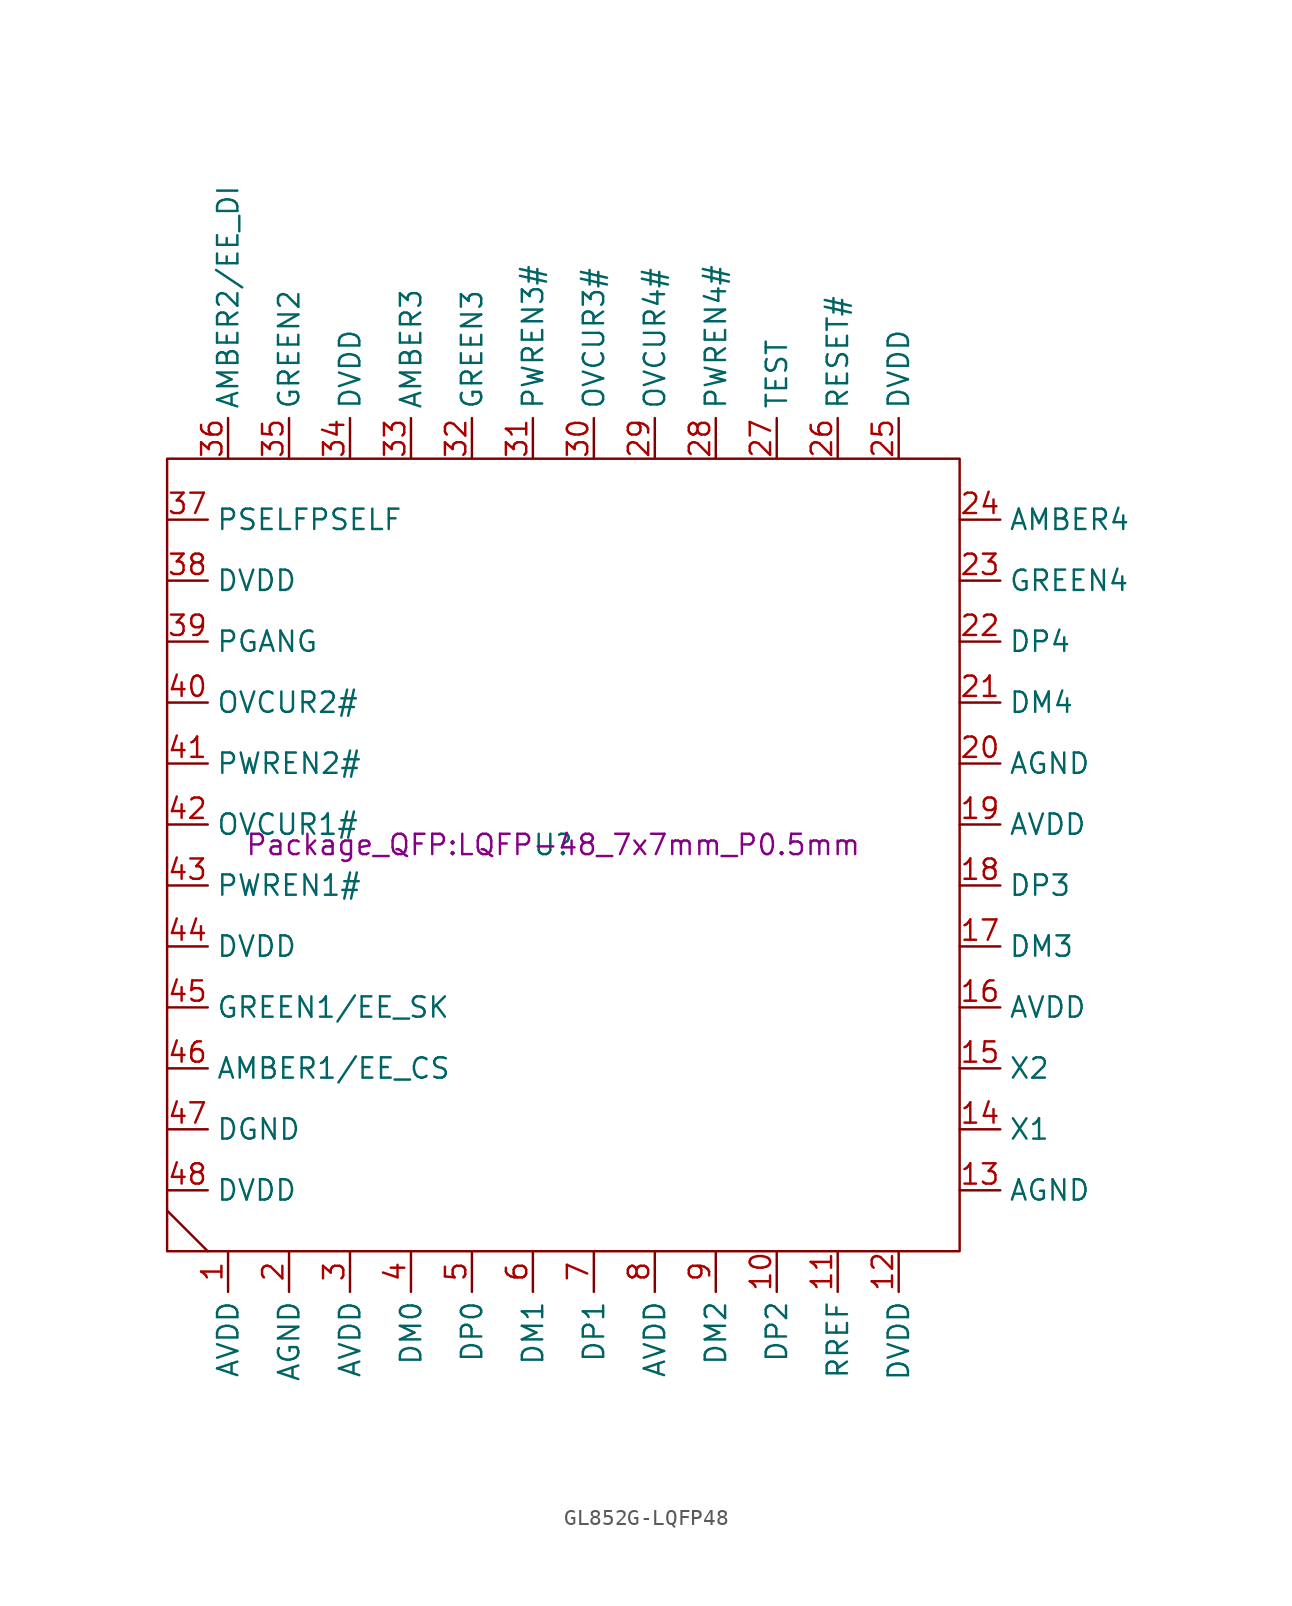
<source format=kicad_sym>
(kicad_symbol_lib
  (version 20241209)
  (generator "kicad_symbol_editor")
  (generator_version "9.0")
  (symbol "GL852G-LQFP48"
    (property "Reference" "U"
      (at 0 0 0)
      (effects (font (size 1.27 1.27))))
    (property "Value" ""
      (at 0 0 0)
      (effects (font (size 1.27 1.27))))
    (property "Footprint" "Package_QFP:LQFP-48_7x7mm_P0.5mm"
      (at 0 0 0)
      (effects (font (size 1.27 1.27))))
    (symbol "GL852G-LQFP48_0_1"
      (rectangle (start -24.13 24.13) (end 25.4 -25.4) (stroke (width 0) (type default)) (fill (type none)))
      (polyline (pts (xy -24.13 -22.86) (xy -21.59 -25.4)) (stroke (width 0) (type default)) (fill (type none))))
    (symbol "GL852G-LQFP48_1_1"
      (pin input line (at -24.13 20.32 0) (length 2.54) (name "PSELFPSELF" (effects (font (size 1.27 1.27)))) (number "37" (effects (font (size 1.27 1.27)))))
      (pin power_in line (at -24.13 16.51 0) (length 2.54) (name "DVDD" (effects (font (size 1.27 1.27)))) (number "38" (effects (font (size 1.27 1.27)))))
      (pin input line (at -24.13 12.7 0) (length 2.54) (name "PGANG" (effects (font (size 1.27 1.27)))) (number "39" (effects (font (size 1.27 1.27)))))
      (pin input line (at -24.13 8.89 0) (length 2.54) (name "OVCUR2#" (effects (font (size 1.27 1.27)))) (number "40" (effects (font (size 1.27 1.27)))))
      (pin output line (at -24.13 5.08 0) (length 2.54) (name "PWREN2#" (effects (font (size 1.27 1.27)))) (number "41" (effects (font (size 1.27 1.27)))))
      (pin input line (at -24.13 1.27 0) (length 2.54) (name "OVCUR1#" (effects (font (size 1.27 1.27)))) (number "42" (effects (font (size 1.27 1.27)))))
      (pin output line (at -24.13 -2.54 0) (length 2.54) (name "PWREN1#" (effects (font (size 1.27 1.27)))) (number "43" (effects (font (size 1.27 1.27)))))
      (pin power_in line (at -24.13 -6.35 0) (length 2.54) (name "DVDD" (effects (font (size 1.27 1.27)))) (number "44" (effects (font (size 1.27 1.27)))))
      (pin bidirectional line (at -24.13 -10.16 0) (length 2.54) (name "GREEN1/EE_SK" (effects (font (size 1.27 1.27)))) (number "45" (effects (font (size 1.27 1.27)))))
      (pin bidirectional line (at -24.13 -13.97 0) (length 2.54) (name "AMBER1/EE_CS" (effects (font (size 1.27 1.27)))) (number "46" (effects (font (size 1.27 1.27)))))
      (pin power_in line (at -24.13 -17.78 0) (length 2.54) (name "DGND" (effects (font (size 1.27 1.27)))) (number "47" (effects (font (size 1.27 1.27)))))
      (pin power_in line (at -24.13 -21.59 0) (length 2.54) (name "DVDD" (effects (font (size 1.27 1.27)))) (number "48" (effects (font (size 1.27 1.27)))))
      (pin bidirectional line (at -20.32 24.13 90) (length 2.54) (name "AMBER2/EE_DI" (effects (font (size 1.27 1.27)))) (number "36" (effects (font (size 1.27 1.27)))))
      (pin power_in line (at -20.32 -25.4 270) (length 2.54) (name "AVDD" (effects (font (size 1.27 1.27)))) (number "1" (effects (font (size 1.27 1.27)))))
      (pin bidirectional line (at -16.51 24.13 90) (length 2.54) (name "GREEN2" (effects (font (size 1.27 1.27)))) (number "35" (effects (font (size 1.27 1.27)))))
      (pin power_in line (at -16.51 -25.4 270) (length 2.54) (name "AGND" (effects (font (size 1.27 1.27)))) (number "2" (effects (font (size 1.27 1.27)))))
      (pin power_in line (at -12.7 24.13 90) (length 2.54) (name "DVDD" (effects (font (size 1.27 1.27)))) (number "34" (effects (font (size 1.27 1.27)))))
      (pin power_in line (at -12.7 -25.4 270) (length 2.54) (name "AVDD" (effects (font (size 1.27 1.27)))) (number "3" (effects (font (size 1.27 1.27)))))
      (pin bidirectional line (at -8.89 24.13 90) (length 2.54) (name "AMBER3" (effects (font (size 1.27 1.27)))) (number "33" (effects (font (size 1.27 1.27)))))
      (pin bidirectional line (at -8.89 -25.4 270) (length 2.54) (name "DM0" (effects (font (size 1.27 1.27)))) (number "4" (effects (font (size 1.27 1.27)))))
      (pin bidirectional line (at -5.08 24.13 90) (length 2.54) (name "GREEN3" (effects (font (size 1.27 1.27)))) (number "32" (effects (font (size 1.27 1.27)))))
      (pin bidirectional line (at -5.08 -25.4 270) (length 2.54) (name "DP0" (effects (font (size 1.27 1.27)))) (number "5" (effects (font (size 1.27 1.27)))))
      (pin output line (at -1.27 24.13 90) (length 2.54) (name "PWREN3#" (effects (font (size 1.27 1.27)))) (number "31" (effects (font (size 1.27 1.27)))))
      (pin bidirectional line (at -1.27 -25.4 270) (length 2.54) (name "DM1" (effects (font (size 1.27 1.27)))) (number "6" (effects (font (size 1.27 1.27)))))
      (pin input line (at 2.54 24.13 90) (length 2.54) (name "OVCUR3#" (effects (font (size 1.27 1.27)))) (number "30" (effects (font (size 1.27 1.27)))))
      (pin bidirectional line (at 2.54 -25.4 270) (length 2.54) (name "DP1" (effects (font (size 1.27 1.27)))) (number "7" (effects (font (size 1.27 1.27)))))
      (pin input line (at 6.35 24.13 90) (length 2.54) (name "OVCUR4#" (effects (font (size 1.27 1.27)))) (number "29" (effects (font (size 1.27 1.27)))))
      (pin power_in line (at 6.35 -25.4 270) (length 2.54) (name "AVDD" (effects (font (size 1.27 1.27)))) (number "8" (effects (font (size 1.27 1.27)))))
      (pin output line (at 10.16 24.13 90) (length 2.54) (name "PWREN4#" (effects (font (size 1.27 1.27)))) (number "28" (effects (font (size 1.27 1.27)))))
      (pin bidirectional line (at 10.16 -25.4 270) (length 2.54) (name "DM2" (effects (font (size 1.27 1.27)))) (number "9" (effects (font (size 1.27 1.27)))))
      (pin input line (at 13.97 24.13 90) (length 2.54) (name "TEST" (effects (font (size 1.27 1.27)))) (number "27" (effects (font (size 1.27 1.27)))))
      (pin bidirectional line (at 13.97 -25.4 270) (length 2.54) (name "DP2" (effects (font (size 1.27 1.27)))) (number "10" (effects (font (size 1.27 1.27)))))
      (pin input line (at 17.78 24.13 90) (length 2.54) (name "RESET#" (effects (font (size 1.27 1.27)))) (number "26" (effects (font (size 1.27 1.27)))))
      (pin passive line (at 17.78 -25.4 270) (length 2.54) (name "RREF" (effects (font (size 1.27 1.27)))) (number "11" (effects (font (size 1.27 1.27)))))
      (pin power_in line (at 21.59 24.13 90) (length 2.54) (name "DVDD" (effects (font (size 1.27 1.27)))) (number "25" (effects (font (size 1.27 1.27)))))
      (pin power_in line (at 21.59 -25.4 270) (length 2.54) (name "DVDD" (effects (font (size 1.27 1.27)))) (number "12" (effects (font (size 1.27 1.27)))))
      (pin bidirectional line (at 25.4 20.32 0) (length 2.54) (name "AMBER4" (effects (font (size 1.27 1.27)))) (number "24" (effects (font (size 1.27 1.27)))))
      (pin bidirectional line (at 25.4 16.51 0) (length 2.54) (name "GREEN4" (effects (font (size 1.27 1.27)))) (number "23" (effects (font (size 1.27 1.27)))))
      (pin bidirectional line (at 25.4 12.7 0) (length 2.54) (name "DP4" (effects (font (size 1.27 1.27)))) (number "22" (effects (font (size 1.27 1.27)))))
      (pin bidirectional line (at 25.4 8.89 0) (length 2.54) (name "DM4" (effects (font (size 1.27 1.27)))) (number "21" (effects (font (size 1.27 1.27)))))
      (pin power_in line (at 25.4 5.08 0) (length 2.54) (name "AGND" (effects (font (size 1.27 1.27)))) (number "20" (effects (font (size 1.27 1.27)))))
      (pin power_in line (at 25.4 1.27 0) (length 2.54) (name "AVDD" (effects (font (size 1.27 1.27)))) (number "19" (effects (font (size 1.27 1.27)))))
      (pin bidirectional line (at 25.4 -2.54 0) (length 2.54) (name "DP3" (effects (font (size 1.27 1.27)))) (number "18" (effects (font (size 1.27 1.27)))))
      (pin bidirectional line (at 25.4 -6.35 0) (length 2.54) (name "DM3" (effects (font (size 1.27 1.27)))) (number "17" (effects (font (size 1.27 1.27)))))
      (pin power_in line (at 25.4 -10.16 0) (length 2.54) (name "AVDD" (effects (font (size 1.27 1.27)))) (number "16" (effects (font (size 1.27 1.27)))))
      (pin output line (at 25.4 -13.97 0) (length 2.54) (name "X2" (effects (font (size 1.27 1.27)))) (number "15" (effects (font (size 1.27 1.27)))))
      (pin input line (at 25.4 -17.78 0) (length 2.54) (name "X1" (effects (font (size 1.27 1.27)))) (number "14" (effects (font (size 1.27 1.27)))))
      (pin power_in line (at 25.4 -21.59 0) (length 2.54) (name "AGND" (effects (font (size 1.27 1.27)))) (number "13" (effects (font (size 1.27 1.27))))))))
</source>
